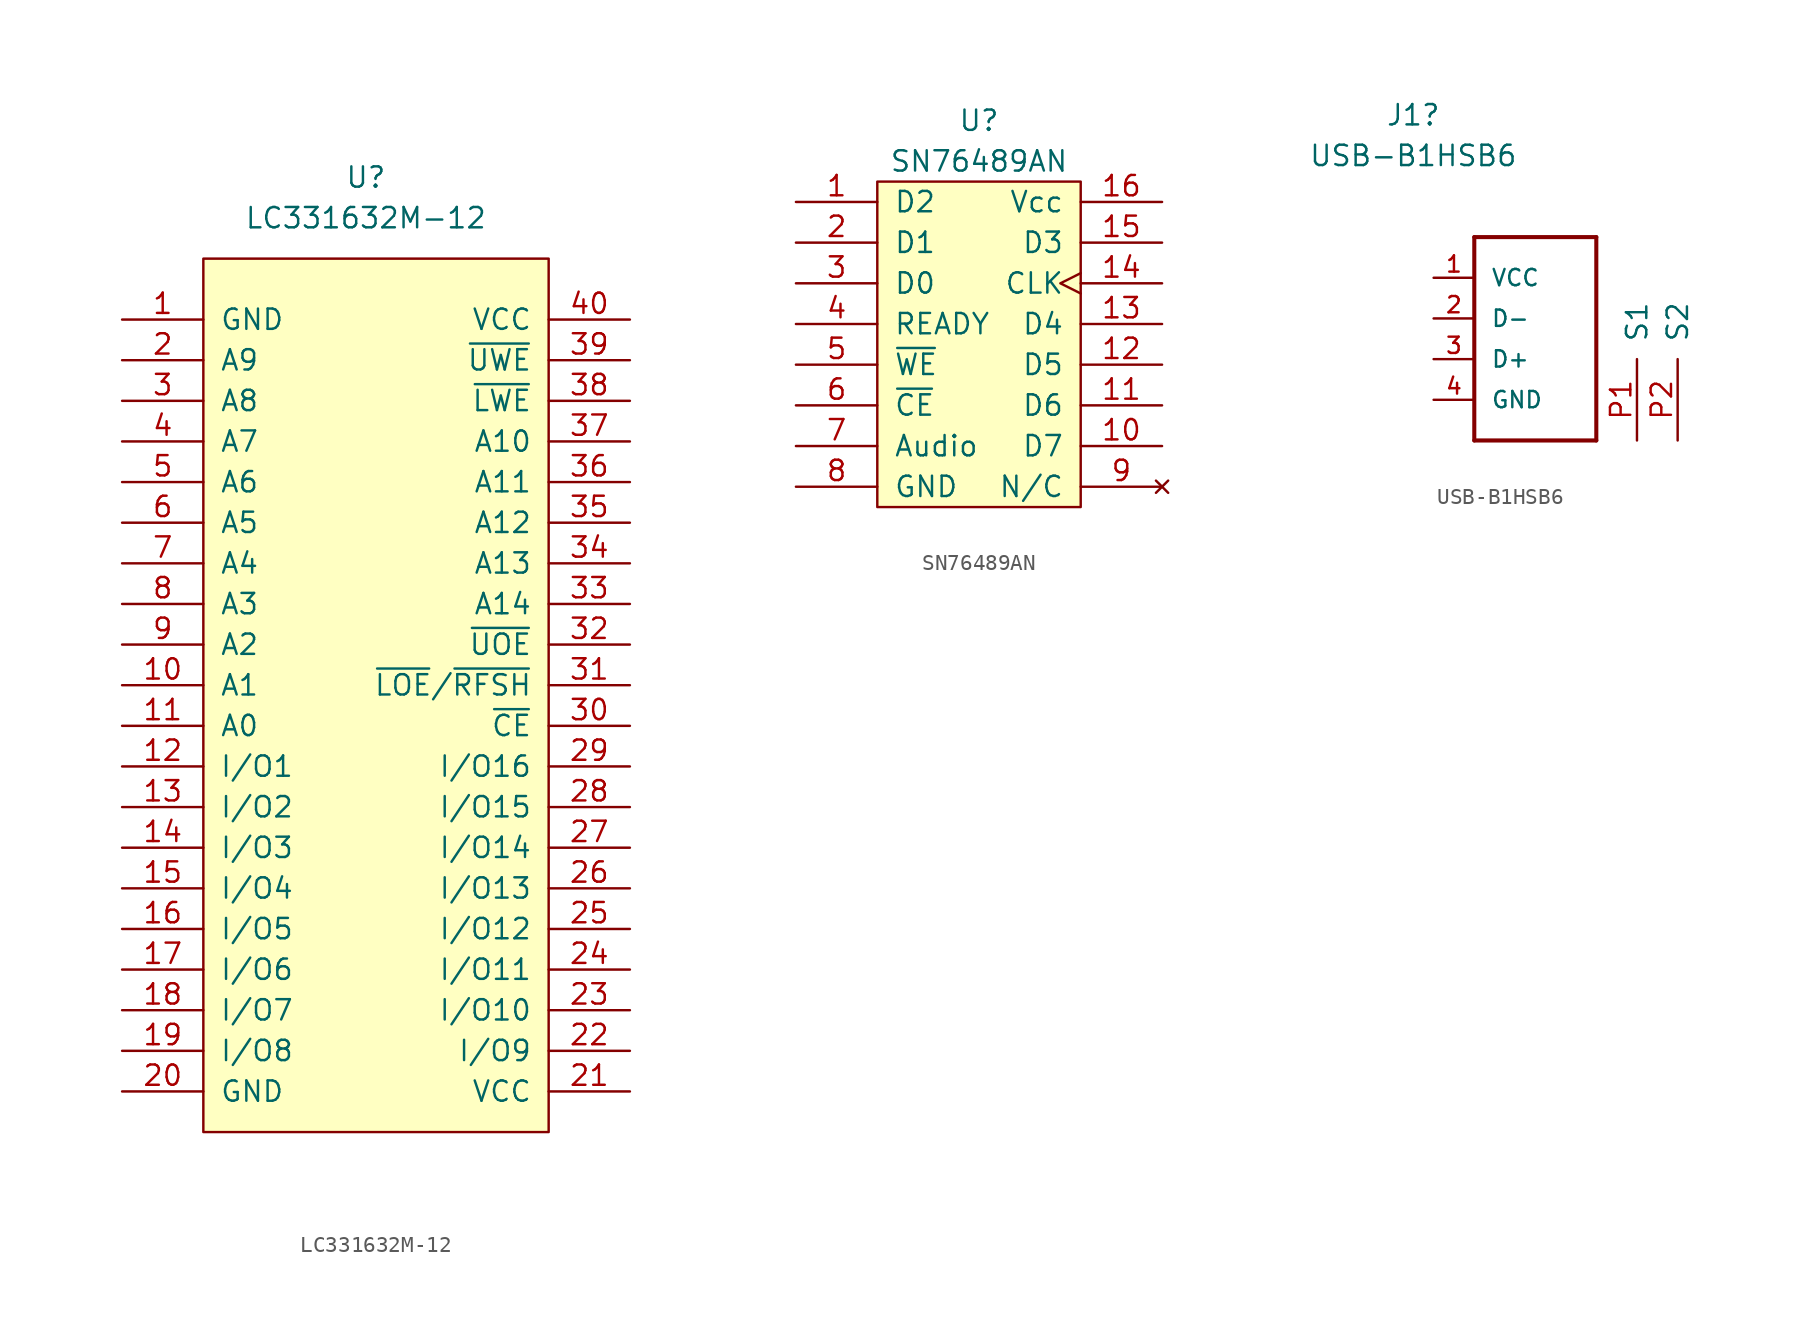
<source format=kicad_sym>
(kicad_symbol_lib
  (version 20211014)
  (generator kicad_symbol_editor)
  (symbol "LC331632M-12"
    (pin_names
      (offset 1.016))
    (property "Reference" "U"
      (at 0 33.02 0)
      (effects (font (size 1.27 1.27))))
    (property "Value" "LC331632M-12"
      (at 0 30.48 0)
      (effects (font (size 1.27 1.27))))
    (symbol "LC331632M-12_0_1"
      (rectangle (start -10.16 27.94) (end 11.43 -26.67) (stroke (width 0) (type default) (color 0 0 0 0)) (fill (type background))))
    (symbol "LC331632M-12_1_1"
      (pin power_in line (at -15.24 24.13 0) (length 5.08) (name "GND" (effects (font (size 1.27 1.27)))) (number "1" (effects (font (size 1.27 1.27)))))
      (pin input line (at -15.24 1.27 0) (length 5.08) (name "A1" (effects (font (size 1.27 1.27)))) (number "10" (effects (font (size 1.27 1.27)))))
      (pin input line (at -15.24 -1.27 0) (length 5.08) (name "A0" (effects (font (size 1.27 1.27)))) (number "11" (effects (font (size 1.27 1.27)))))
      (pin bidirectional line (at -15.24 -3.81 0) (length 5.08) (name "I/O1" (effects (font (size 1.27 1.27)))) (number "12" (effects (font (size 1.27 1.27)))))
      (pin bidirectional line (at -15.24 -6.35 0) (length 5.08) (name "I/O2" (effects (font (size 1.27 1.27)))) (number "13" (effects (font (size 1.27 1.27)))))
      (pin bidirectional line (at -15.24 -8.89 0) (length 5.08) (name "I/O3" (effects (font (size 1.27 1.27)))) (number "14" (effects (font (size 1.27 1.27)))))
      (pin bidirectional line (at -15.24 -11.43 0) (length 5.08) (name "I/O4" (effects (font (size 1.27 1.27)))) (number "15" (effects (font (size 1.27 1.27)))))
      (pin bidirectional line (at -15.24 -13.97 0) (length 5.08) (name "I/O5" (effects (font (size 1.27 1.27)))) (number "16" (effects (font (size 1.27 1.27)))))
      (pin bidirectional line (at -15.24 -16.51 0) (length 5.08) (name "I/O6" (effects (font (size 1.27 1.27)))) (number "17" (effects (font (size 1.27 1.27)))))
      (pin bidirectional line (at -15.24 -19.05 0) (length 5.08) (name "I/O7" (effects (font (size 1.27 1.27)))) (number "18" (effects (font (size 1.27 1.27)))))
      (pin bidirectional line (at -15.24 -21.59 0) (length 5.08) (name "I/O8" (effects (font (size 1.27 1.27)))) (number "19" (effects (font (size 1.27 1.27)))))
      (pin input line (at -15.24 21.59 0) (length 5.08) (name "A9" (effects (font (size 1.27 1.27)))) (number "2" (effects (font (size 1.27 1.27)))))
      (pin power_in line (at -15.24 -24.13 0) (length 5.08) (name "GND" (effects (font (size 1.27 1.27)))) (number "20" (effects (font (size 1.27 1.27)))))
      (pin power_in line (at 16.51 -24.13 180) (length 5.08) (name "VCC" (effects (font (size 1.27 1.27)))) (number "21" (effects (font (size 1.27 1.27)))))
      (pin bidirectional line (at 16.51 -21.59 180) (length 5.08) (name "I/O9" (effects (font (size 1.27 1.27)))) (number "22" (effects (font (size 1.27 1.27)))))
      (pin bidirectional line (at 16.51 -19.05 180) (length 5.08) (name "I/O10" (effects (font (size 1.27 1.27)))) (number "23" (effects (font (size 1.27 1.27)))))
      (pin bidirectional line (at 16.51 -16.51 180) (length 5.08) (name "I/O11" (effects (font (size 1.27 1.27)))) (number "24" (effects (font (size 1.27 1.27)))))
      (pin bidirectional line (at 16.51 -13.97 180) (length 5.08) (name "I/O12" (effects (font (size 1.27 1.27)))) (number "25" (effects (font (size 1.27 1.27)))))
      (pin bidirectional line (at 16.51 -11.43 180) (length 5.08) (name "I/O13" (effects (font (size 1.27 1.27)))) (number "26" (effects (font (size 1.27 1.27)))))
      (pin bidirectional line (at 16.51 -8.89 180) (length 5.08) (name "I/O14" (effects (font (size 1.27 1.27)))) (number "27" (effects (font (size 1.27 1.27)))))
      (pin bidirectional line (at 16.51 -6.35 180) (length 5.08) (name "I/O15" (effects (font (size 1.27 1.27)))) (number "28" (effects (font (size 1.27 1.27)))))
      (pin bidirectional line (at 16.51 -3.81 180) (length 5.08) (name "I/O16" (effects (font (size 1.27 1.27)))) (number "29" (effects (font (size 1.27 1.27)))))
      (pin input line (at -15.24 19.05 0) (length 5.08) (name "A8" (effects (font (size 1.27 1.27)))) (number "3" (effects (font (size 1.27 1.27)))))
      (pin input line (at 16.51 -1.27 180) (length 5.08) (name "~{CE}" (effects (font (size 1.27 1.27)))) (number "30" (effects (font (size 1.27 1.27)))))
      (pin input line (at 16.51 1.27 180) (length 5.08) (name "~{LOE}/~{RFSH}" (effects (font (size 1.27 1.27)))) (number "31" (effects (font (size 1.27 1.27)))))
      (pin input line (at 16.51 3.81 180) (length 5.08) (name "~{UOE}" (effects (font (size 1.27 1.27)))) (number "32" (effects (font (size 1.27 1.27)))))
      (pin input line (at 16.51 6.35 180) (length 5.08) (name "A14" (effects (font (size 1.27 1.27)))) (number "33" (effects (font (size 1.27 1.27)))))
      (pin input line (at 16.51 8.89 180) (length 5.08) (name "A13" (effects (font (size 1.27 1.27)))) (number "34" (effects (font (size 1.27 1.27)))))
      (pin input line (at 16.51 11.43 180) (length 5.08) (name "A12" (effects (font (size 1.27 1.27)))) (number "35" (effects (font (size 1.27 1.27)))))
      (pin input line (at 16.51 13.97 180) (length 5.08) (name "A11" (effects (font (size 1.27 1.27)))) (number "36" (effects (font (size 1.27 1.27)))))
      (pin input line (at 16.51 16.51 180) (length 5.08) (name "A10" (effects (font (size 1.27 1.27)))) (number "37" (effects (font (size 1.27 1.27)))))
      (pin input line (at 16.51 19.05 180) (length 5.08) (name "~{LWE}" (effects (font (size 1.27 1.27)))) (number "38" (effects (font (size 1.27 1.27)))))
      (pin input line (at 16.51 21.59 180) (length 5.08) (name "~{UWE}" (effects (font (size 1.27 1.27)))) (number "39" (effects (font (size 1.27 1.27)))))
      (pin input line (at -15.24 16.51 0) (length 5.08) (name "A7" (effects (font (size 1.27 1.27)))) (number "4" (effects (font (size 1.27 1.27)))))
      (pin power_in line (at 16.51 24.13 180) (length 5.08) (name "VCC" (effects (font (size 1.27 1.27)))) (number "40" (effects (font (size 1.27 1.27)))))
      (pin input line (at -15.24 13.97 0) (length 5.08) (name "A6" (effects (font (size 1.27 1.27)))) (number "5" (effects (font (size 1.27 1.27)))))
      (pin input line (at -15.24 11.43 0) (length 5.08) (name "A5" (effects (font (size 1.27 1.27)))) (number "6" (effects (font (size 1.27 1.27)))))
      (pin input line (at -15.24 8.89 0) (length 5.08) (name "A4" (effects (font (size 1.27 1.27)))) (number "7" (effects (font (size 1.27 1.27)))))
      (pin input line (at -15.24 6.35 0) (length 5.08) (name "A3" (effects (font (size 1.27 1.27)))) (number "8" (effects (font (size 1.27 1.27)))))
      (pin input line (at -15.24 3.81 0) (length 5.08) (name "A2" (effects (font (size 1.27 1.27)))) (number "9" (effects (font (size 1.27 1.27)))))))
  (symbol "SN76489AN"
    (pin_names
      (offset 1.016))
    (property "Reference" "U"
      (at 0 13.97 0)
      (effects (font (size 1.27 1.27))))
    (property "Value" "SN76489AN"
      (at 0 11.43 0)
      (effects (font (size 1.27 1.27))))
    (symbol "SN76489AN_0_1"
      (rectangle (start -6.35 10.16) (end 6.35 -10.16) (stroke (width 0) (type default) (color 0 0 0 0)) (fill (type background))))
    (symbol "SN76489AN_1_1"
      (pin input line (at -11.43 8.89 0) (length 5.08) (name "D2" (effects (font (size 1.27 1.27)))) (number "1" (effects (font (size 1.27 1.27)))))
      (pin input line (at 11.43 -6.35 180) (length 5.08) (name "D7" (effects (font (size 1.27 1.27)))) (number "10" (effects (font (size 1.27 1.27)))))
      (pin input line (at 11.43 -3.81 180) (length 5.08) (name "D6" (effects (font (size 1.27 1.27)))) (number "11" (effects (font (size 1.27 1.27)))))
      (pin input line (at 11.43 -1.27 180) (length 5.08) (name "D5" (effects (font (size 1.27 1.27)))) (number "12" (effects (font (size 1.27 1.27)))))
      (pin input line (at 11.43 1.27 180) (length 5.08) (name "D4" (effects (font (size 1.27 1.27)))) (number "13" (effects (font (size 1.27 1.27)))))
      (pin input clock (at 11.43 3.81 180) (length 5.08) (name "CLK" (effects (font (size 1.27 1.27)))) (number "14" (effects (font (size 1.27 1.27)))))
      (pin input line (at 11.43 6.35 180) (length 5.08) (name "D3" (effects (font (size 1.27 1.27)))) (number "15" (effects (font (size 1.27 1.27)))))
      (pin power_in line (at 11.43 8.89 180) (length 5.08) (name "Vcc" (effects (font (size 1.27 1.27)))) (number "16" (effects (font (size 1.27 1.27)))))
      (pin input line (at -11.43 6.35 0) (length 5.08) (name "D1" (effects (font (size 1.27 1.27)))) (number "2" (effects (font (size 1.27 1.27)))))
      (pin input line (at -11.43 3.81 0) (length 5.08) (name "D0" (effects (font (size 1.27 1.27)))) (number "3" (effects (font (size 1.27 1.27)))))
      (pin output line (at -11.43 1.27 0) (length 5.08) (name "READY" (effects (font (size 1.27 1.27)))) (number "4" (effects (font (size 1.27 1.27)))))
      (pin input line (at -11.43 -1.27 0) (length 5.08) (name "~{WE}" (effects (font (size 1.27 1.27)))) (number "5" (effects (font (size 1.27 1.27)))))
      (pin input line (at -11.43 -3.81 0) (length 5.08) (name "~{CE}" (effects (font (size 1.27 1.27)))) (number "6" (effects (font (size 1.27 1.27)))))
      (pin output line (at -11.43 -6.35 0) (length 5.08) (name "Audio" (effects (font (size 1.27 1.27)))) (number "7" (effects (font (size 1.27 1.27)))))
      (pin power_in line (at -11.43 -8.89 0) (length 5.08) (name "GND" (effects (font (size 1.27 1.27)))) (number "8" (effects (font (size 1.27 1.27)))))
      (pin no_connect line (at 11.43 -8.89 180) (length 5.08) (name "N/C" (effects (font (size 1.27 1.27)))) (number "9" (effects (font (size 1.27 1.27)))))))
  (symbol "USB-B1HSB6"
    (pin_names
      (offset 1.016))
    (property "Reference" "J1"
      (at -3.81 12.7 0)
      (effects (font (size 1.27 1.27))))
    (property "Value" "USB-B1HSB6"
      (at -3.81 10.16 0)
      (effects (font (size 1.27 1.27))))
    (symbol "USB-B1HSB6_0_0"
      (polyline (pts (xy 0 -7.62) (xy 7.62 -7.62)) (stroke (width 0.254) (type default) (color 0 0 0 0)) (fill (type none)))
      (polyline (pts (xy 0 5.08) (xy 0 -7.62)) (stroke (width 0.254) (type default) (color 0 0 0 0)) (fill (type none)))
      (polyline (pts (xy 7.62 -7.62) (xy 7.62 5.08)) (stroke (width 0.254) (type default) (color 0 0 0 0)) (fill (type none)))
      (polyline (pts (xy 7.62 5.08) (xy 0 5.08)) (stroke (width 0.254) (type default) (color 0 0 0 0)) (fill (type none)))
      (pin power_out line (at -2.54 2.54 0) (length 2.54) (name "VCC" (effects (font (size 1.016 1.016)))) (number "1" (effects (font (size 1.016 1.016)))))
      (pin bidirectional line (at -2.54 0 0) (length 2.54) (name "D-" (effects (font (size 1.016 1.016)))) (number "2" (effects (font (size 1.016 1.016)))))
      (pin bidirectional line (at -2.54 -2.54 0) (length 2.54) (name "D+" (effects (font (size 1.016 1.016)))) (number "3" (effects (font (size 1.016 1.016)))))
      (pin power_out line (at -2.54 -5.08 0) (length 2.54) (name "GND" (effects (font (size 1.016 1.016)))) (number "4" (effects (font (size 1.016 1.016))))))
    (symbol "USB-B1HSB6_1_1"
      (pin power_in line (at 10.16 -7.62 90) (length 5.08) (name "S1" (effects (font (size 1.27 1.27)))) (number "P1" (effects (font (size 1.27 1.27)))))
      (pin power_in line (at 12.7 -7.62 90) (length 5.08) (name "S2" (effects (font (size 1.27 1.27)))) (number "P2" (effects (font (size 1.27 1.27))))))))
</source>
